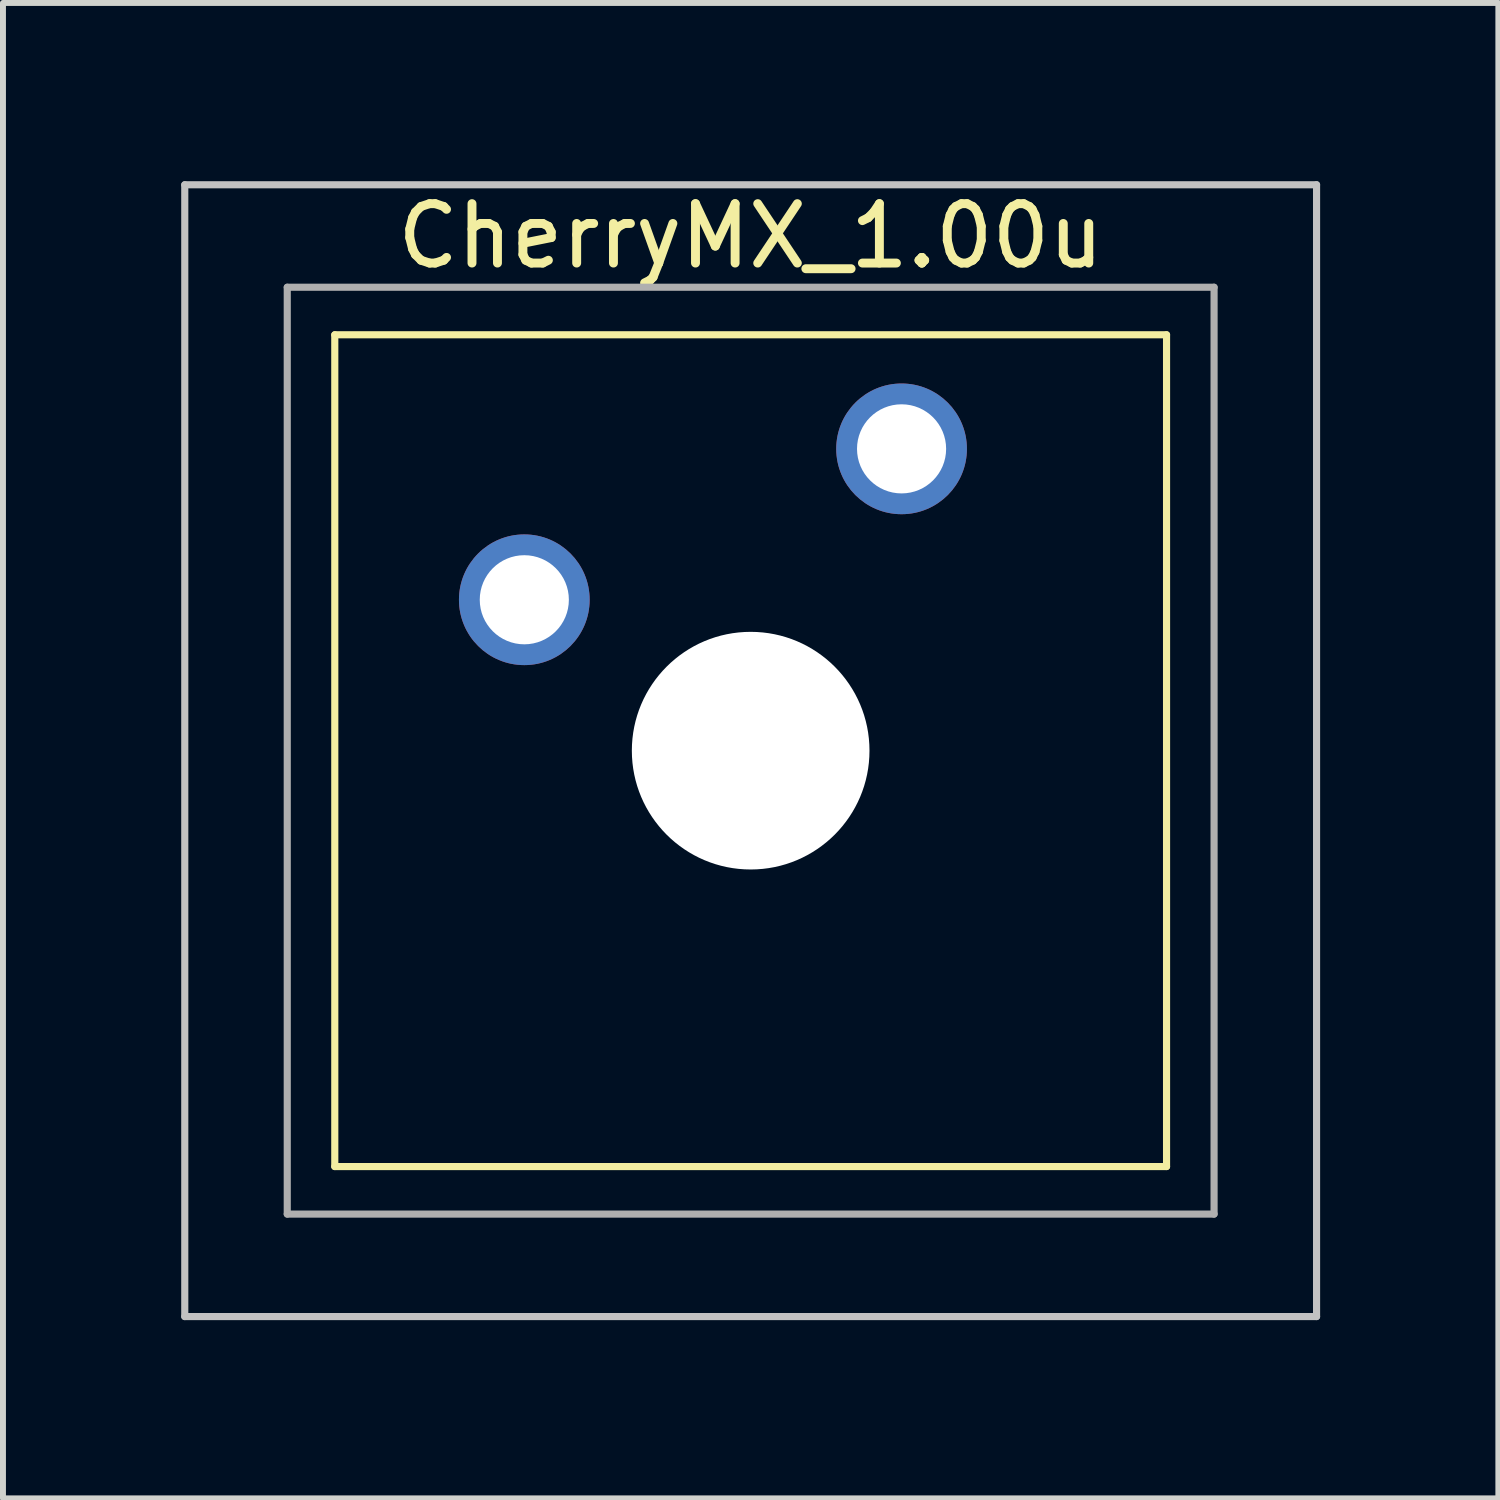
<source format=kicad_pcb>
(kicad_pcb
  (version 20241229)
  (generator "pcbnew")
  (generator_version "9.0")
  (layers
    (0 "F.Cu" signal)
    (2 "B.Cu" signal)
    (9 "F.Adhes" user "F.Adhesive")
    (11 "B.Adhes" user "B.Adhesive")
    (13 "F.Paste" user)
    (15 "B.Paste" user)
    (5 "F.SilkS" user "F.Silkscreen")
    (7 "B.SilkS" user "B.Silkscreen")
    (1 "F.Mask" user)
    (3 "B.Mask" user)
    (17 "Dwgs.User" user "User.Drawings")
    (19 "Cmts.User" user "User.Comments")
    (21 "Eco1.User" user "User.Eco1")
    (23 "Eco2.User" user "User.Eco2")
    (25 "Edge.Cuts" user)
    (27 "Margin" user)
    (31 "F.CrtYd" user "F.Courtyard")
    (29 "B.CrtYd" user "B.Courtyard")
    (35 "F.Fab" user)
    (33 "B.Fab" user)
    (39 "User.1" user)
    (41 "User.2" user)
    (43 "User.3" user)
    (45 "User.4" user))
  (footprint "CherryMX_1.00u"
    (layer "F.Cu")
    (at 9.585 9.585)
    (property "Reference" "CherryMX_1.00u" (at 0 -8.662 0) (layer "F.SilkS") (effects (font (size 1 1) (thickness 0.15))))
    (attr through_hole)
    (fp_line (start -7 -7) (end -7 7) (stroke (width 0.12) (type solid)) (layer "F.SilkS"))
    (fp_line (start -7 -7) (end 7 -7) (stroke (width 0.12) (type solid)) (layer "F.SilkS"))
    (fp_line (start 7 -7) (end 7 7) (stroke (width 0.12) (type solid)) (layer "F.SilkS"))
    (fp_line (start 7 7) (end -7 7) (stroke (width 0.12) (type solid)) (layer "F.SilkS"))
    (fp_line (start -9.525 -9.525) (end 9.525 -9.525) (stroke (width 0.12) (type solid)) (layer "Dwgs.User"))
    (fp_line (start -9.525 9.525) (end -9.525 -9.525) (stroke (width 0.12) (type solid)) (layer "Dwgs.User"))
    (fp_line (start 9.525 -9.525) (end 9.525 9.525) (stroke (width 0.12) (type solid)) (layer "Dwgs.User"))
    (fp_line (start 9.525 9.525) (end -9.525 9.525) (stroke (width 0.12) (type solid)) (layer "Dwgs.User"))
    (fp_line (start -7.8 -7.8) (end -7.8 7.8) (stroke (width 0.12) (type solid)) (layer "F.Fab"))
    (fp_line (start -7.8 -7.8) (end 7.8 -7.8) (stroke (width 0.12) (type solid)) (layer "F.Fab"))
    (fp_line (start -7.8 7.8) (end 7.8 7.8) (stroke (width 0.12) (type solid)) (layer "F.Fab"))
    (fp_line (start 7.8 -7.8) (end 7.8 7.8) (stroke (width 0.12) (type solid)) (layer "F.Fab"))
    (pad "" np_thru_hole circle (at 0 0) (size 4 4) (drill 4) (layers "*.Cu" "*.Mask"))
    (pad "1" thru_hole circle (at -3.81 -2.54) (size 2.2 2.2) (drill 1.5) (layers "*.Cu" "*.Mask"))
    (pad "2" thru_hole circle (at 2.54 -5.08) (size 2.2 2.2) (drill 1.5) (layers "*.Cu" "*.Mask")))
  (gr_rect
    (start -3 -3)
    (end 22.17 22.17)
    (stroke (width 0.1) (type default))
    (fill no)
    (layer "Edge.Cuts")))
</source>
